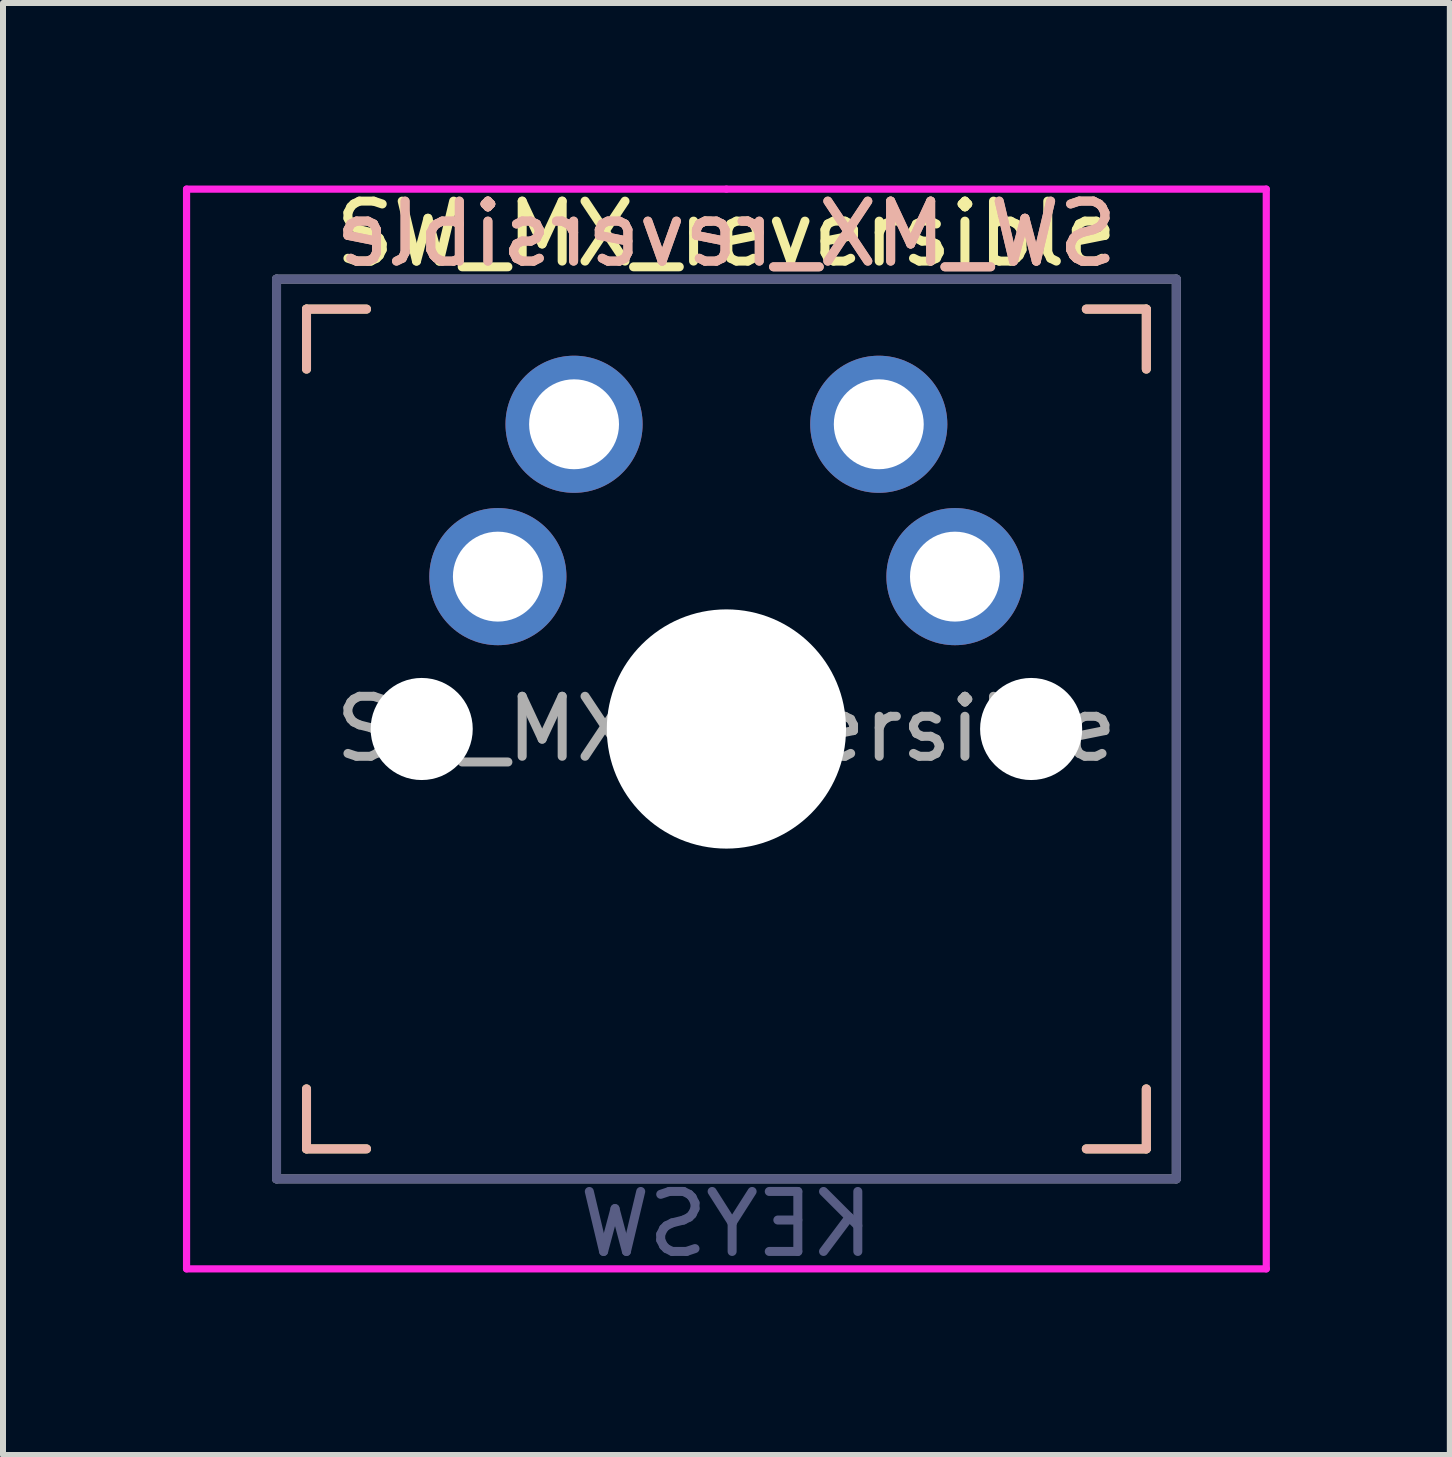
<source format=kicad_pcb>
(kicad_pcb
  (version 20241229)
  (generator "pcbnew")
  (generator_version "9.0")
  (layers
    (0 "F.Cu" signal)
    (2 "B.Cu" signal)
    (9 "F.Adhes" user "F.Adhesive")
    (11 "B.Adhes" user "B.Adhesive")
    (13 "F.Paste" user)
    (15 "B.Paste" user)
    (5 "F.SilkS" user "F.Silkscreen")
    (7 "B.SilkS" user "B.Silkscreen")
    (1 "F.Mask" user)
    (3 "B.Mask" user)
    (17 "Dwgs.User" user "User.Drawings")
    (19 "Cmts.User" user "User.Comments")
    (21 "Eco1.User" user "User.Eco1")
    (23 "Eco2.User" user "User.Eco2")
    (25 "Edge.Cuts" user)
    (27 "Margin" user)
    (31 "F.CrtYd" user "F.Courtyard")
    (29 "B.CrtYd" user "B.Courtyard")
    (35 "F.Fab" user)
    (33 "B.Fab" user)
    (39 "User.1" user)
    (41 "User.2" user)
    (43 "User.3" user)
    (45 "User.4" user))
  (footprint "SW_MX_reversible"
    (layer "F.Cu")
    (at 9.06 9.103)
    (property "Reference" "SW_MX_reversible" (at 0 -8.255 0) (layer "F.SilkS") (effects (font (size 1 1) (thickness 0.15))))
    (property "Value" "KEYSW" (at 0 8.255 0) (layer "F.Fab") (hide yes) (effects (font (size 1 1) (thickness 0.15))))
    (attr through_hole)
    (fp_line (start -7 -7) (end -6 -7) (stroke (width 0.15) (type solid)) (layer "F.SilkS"))
    (fp_line (start -7 -6) (end -7 -7) (stroke (width 0.15) (type solid)) (layer "F.SilkS"))
    (fp_line (start -7 7) (end -7 6) (stroke (width 0.15) (type solid)) (layer "F.SilkS"))
    (fp_line (start -6 7) (end -7 7) (stroke (width 0.15) (type solid)) (layer "F.SilkS"))
    (fp_line (start 6 -7) (end 7 -7) (stroke (width 0.15) (type solid)) (layer "F.SilkS"))
    (fp_line (start 7 -7) (end 7 -6) (stroke (width 0.15) (type solid)) (layer "F.SilkS"))
    (fp_line (start 7 6) (end 7 7) (stroke (width 0.15) (type solid)) (layer "F.SilkS"))
    (fp_line (start 7 7) (end 6 7) (stroke (width 0.15) (type solid)) (layer "F.SilkS"))
    (fp_line (start -7 -7) (end -6 -7) (stroke (width 0.15) (type solid)) (layer "B.SilkS"))
    (fp_line (start -7 -6) (end -7 -7) (stroke (width 0.15) (type solid)) (layer "B.SilkS"))
    (fp_line (start -7 7) (end -7 6) (stroke (width 0.15) (type solid)) (layer "B.SilkS"))
    (fp_line (start -6 7) (end -7 7) (stroke (width 0.15) (type solid)) (layer "B.SilkS"))
    (fp_line (start 6 -7) (end 7 -7) (stroke (width 0.15) (type solid)) (layer "B.SilkS"))
    (fp_line (start 7 -7) (end 7 -6) (stroke (width 0.15) (type solid)) (layer "B.SilkS"))
    (fp_line (start 7 6) (end 7 7) (stroke (width 0.15) (type solid)) (layer "B.SilkS"))
    (fp_line (start 7 7) (end 6 7) (stroke (width 0.15) (type solid)) (layer "B.SilkS"))
    (fp_line (start -6.9 6.9) (end -6.9 -6.9) (stroke (width 0.15) (type solid)) (layer "Eco2.User"))
    (fp_line (start -6.9 6.9) (end 6.9 6.9) (stroke (width 0.15) (type solid)) (layer "Eco2.User"))
    (fp_line (start 6.9 -6.9) (end -6.9 -6.9) (stroke (width 0.15) (type solid)) (layer "Eco2.User"))
    (fp_line (start 6.9 -6.9) (end 6.9 6.9) (stroke (width 0.15) (type solid)) (layer "Eco2.User"))
    (fp_line (start -9 -9) (end 0 -9) (stroke (width 0.12) (type solid)) (layer "F.CrtYd"))
    (fp_line (start -9 9) (end -9 -9) (stroke (width 0.12) (type solid)) (layer "F.CrtYd"))
    (fp_line (start 0 -9) (end 9 -9) (stroke (width 0.12) (type solid)) (layer "F.CrtYd"))
    (fp_line (start 9 -9) (end 9 9) (stroke (width 0.12) (type solid)) (layer "F.CrtYd"))
    (fp_line (start 9 9) (end -9 9) (stroke (width 0.12) (type solid)) (layer "F.CrtYd"))
    (fp_line (start -7.5 -7.5) (end 7.5 -7.5) (stroke (width 0.15) (type solid)) (layer "B.Fab"))
    (fp_line (start -7.5 7.5) (end -7.5 -7.5) (stroke (width 0.15) (type solid)) (layer "B.Fab"))
    (fp_line (start 7.5 -7.5) (end 7.5 7.5) (stroke (width 0.15) (type solid)) (layer "B.Fab"))
    (fp_line (start 7.5 7.5) (end -7.5 7.5) (stroke (width 0.15) (type solid)) (layer "B.Fab"))
    (fp_line (start -7.5 -7.5) (end 7.5 -7.5) (stroke (width 0.15) (type solid)) (layer "F.Fab"))
    (fp_line (start -7.5 7.5) (end -7.5 -7.5) (stroke (width 0.15) (type solid)) (layer "F.Fab"))
    (fp_line (start 7.5 -7.5) (end 7.5 7.5) (stroke (width 0.15) (type solid)) (layer "F.Fab"))
    (fp_line (start 7.5 7.5) (end -7.5 7.5) (stroke (width 0.15) (type solid)) (layer "F.Fab"))
    (fp_text user "${REFERENCE}" (at 0 -8.255 0) (layer "B.SilkS") (effects (font (size 1 1) (thickness 0.15)) (justify mirror)))
    (fp_text user "${REFERENCE}" (at 0 -8.255 0) (layer "B.SilkS") (effects (font (size 1 1) (thickness 0.15)) (justify mirror)))
    (fp_text user "${VALUE}" (at 0 8.255 0) (layer "B.Fab") (effects (font (size 1 1) (thickness 0.15)) (justify mirror)))
    (fp_text user "${REFERENCE}" (at 0 0 0) (layer "F.Fab") (effects (font (size 1 1) (thickness 0.15))))
    (pad "" np_thru_hole circle (at -5.08 0) (size 1.702 1.702) (drill 1.702) (layers "*.Cu" "*.Mask"))
    (pad "" np_thru_hole circle (at 0 0) (size 3.988 3.988) (drill 3.988) (layers "*.Cu" "*.Mask"))
    (pad "" np_thru_hole circle (at 5.08 0) (size 1.702 1.702) (drill 1.702) (layers "*.Cu" "*.Mask"))
    (pad "1" thru_hole circle (at -3.81 -2.54) (size 2.286 2.286) (drill 1.499) (layers "*.Cu" "*.Mask"))
    (pad "1" thru_hole circle (at -2.54 -5.08) (size 2.286 2.286) (drill 1.499) (layers "*.Cu" "*.Mask"))
    (pad "2" thru_hole circle (at 2.54 -5.08) (size 2.286 2.286) (drill 1.499) (layers "*.Cu" "*.Mask"))
    (pad "2" thru_hole circle (at 3.81 -2.54) (size 2.286 2.286) (drill 1.499) (layers "*.Cu" "*.Mask")))
  (gr_rect
    (start -3 -3)
    (end 21.12 21.206)
    (stroke (width 0.1) (type default))
    (fill no)
    (layer "Edge.Cuts")))
</source>
